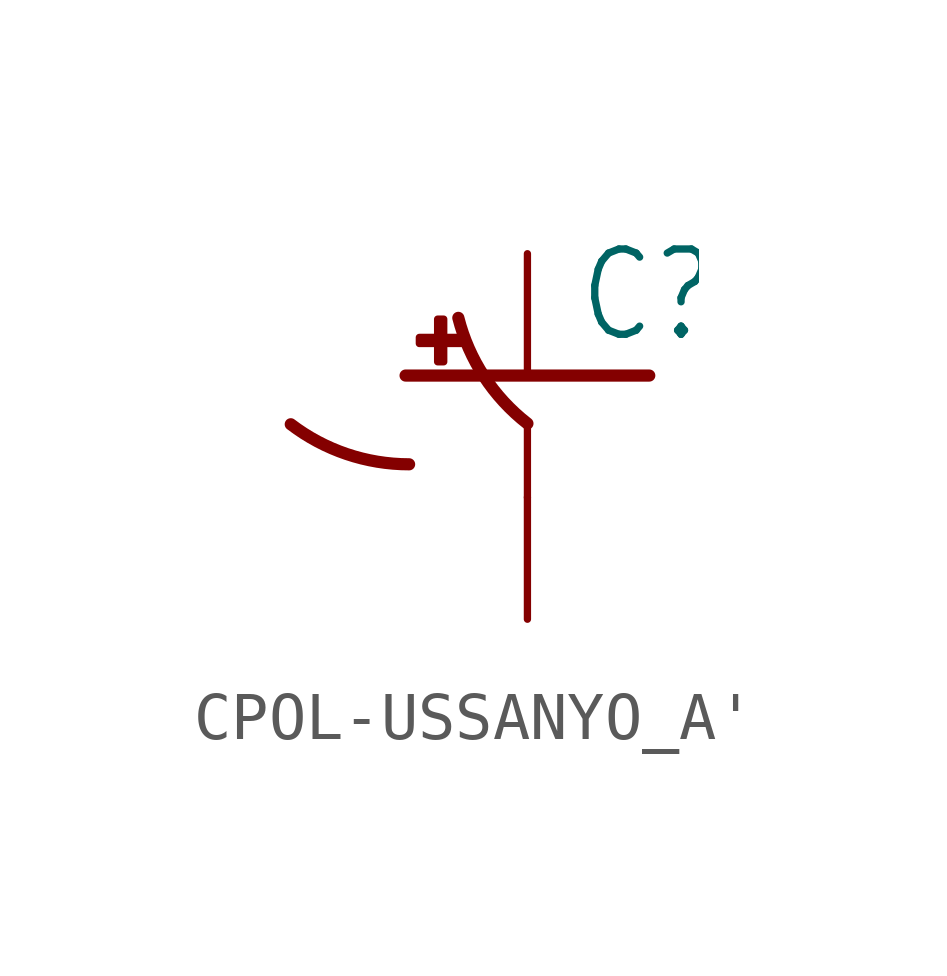
<source format=kicad_sym>
(kicad_symbol_lib
  (version 20241209)
  (generator "kicad_symbol_editor")
  (generator_version "9.0")
  (symbol "CPOL-USSANYO_A'"
    (property "Reference" "C"
      (at 1.016 0.635 0)
      (effects (font (size 1.778 1.511)) (justify left bottom)))
    (property "Value" ""
      (at 1.016 -4.191 0)
      (effects (font (size 1.778 1.511)) (justify left bottom)))
    (property "ki_locked" ""
      (at 0 0 0)
      (effects (font (size 1.27 1.27))))
    (symbol "CPOL-USSANYO_A'_1_0"
      (polyline (pts (xy -2.54 0) (xy 2.54 0)) (stroke (width 0.254) (type solid)) (fill (type none)))
      (arc (start -2.4669 -1.8504) (mid -3.7689 -1.6361) (end -4.9337 -1.0159) (stroke (width 0.254) (type solid)) (fill (type none)))
      (rectangle (start -2.253 0.668) (end -1.364 0.795) (stroke (width 0) (type default)) (fill (type outline)))
      (rectangle (start -1.872 0.287) (end -1.745 1.176) (stroke (width 0) (type default)) (fill (type outline)))
      (polyline (pts (xy 0 -1.016) (xy 0 -2.54)) (stroke (width 0.152) (type solid)) (fill (type none)))
      (arc (start 0 -1) (mid -0.9038 -0.0189) (end -1.4403 1.2025) (stroke (width 0.254) (type solid)) (fill (type none)))
      (pin passive line (at 0 2.54 270) (length 2.54) (name "+" (effects (font (size 0 0)))) (number "+" (effects (font (size 0 0)))))
      (pin passive line (at 0 -5.08 90) (length 2.54) (name "-" (effects (font (size 0 0)))) (number "-" (effects (font (size 0 0))))))))
</source>
